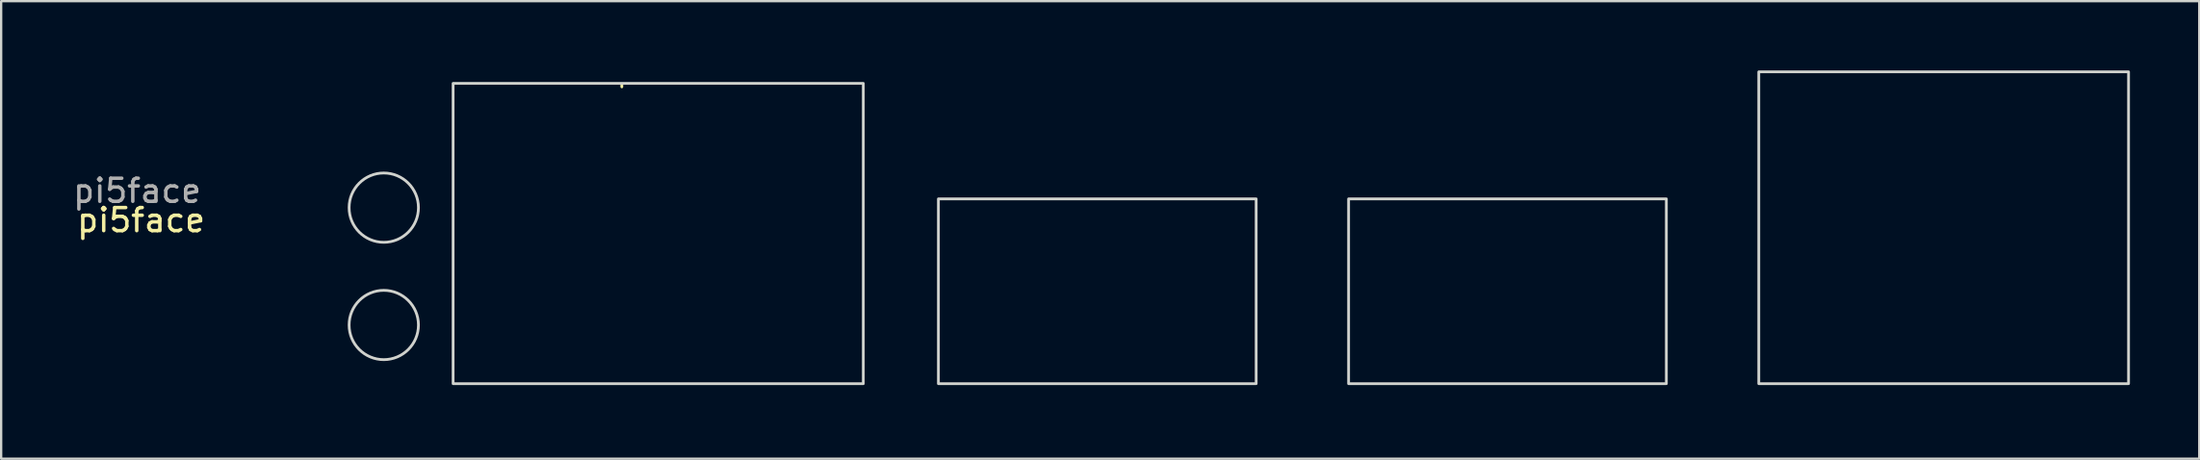
<source format=kicad_pcb>
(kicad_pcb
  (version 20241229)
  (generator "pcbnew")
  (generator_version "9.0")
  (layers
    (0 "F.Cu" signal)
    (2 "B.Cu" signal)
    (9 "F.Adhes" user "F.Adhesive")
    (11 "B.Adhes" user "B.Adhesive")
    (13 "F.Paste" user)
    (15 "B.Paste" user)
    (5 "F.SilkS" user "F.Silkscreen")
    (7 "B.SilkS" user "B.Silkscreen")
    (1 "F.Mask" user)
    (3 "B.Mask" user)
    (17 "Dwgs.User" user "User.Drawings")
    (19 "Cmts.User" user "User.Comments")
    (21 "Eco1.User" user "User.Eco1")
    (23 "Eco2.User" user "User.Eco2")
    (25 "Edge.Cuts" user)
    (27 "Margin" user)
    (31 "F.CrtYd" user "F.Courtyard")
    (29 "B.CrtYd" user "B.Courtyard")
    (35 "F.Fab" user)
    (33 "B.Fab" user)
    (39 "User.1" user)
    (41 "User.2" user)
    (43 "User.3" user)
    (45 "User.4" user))
  (footprint "pi5face"
    (layer "F.Cu")
    (at 9.807 13.56)
    (property "Reference" "pi5face" (at -6.75 -7.08 0) (unlocked yes) (layer "F.SilkS") (effects (font (size 1 1) (thickness 0.15))))
    (fp_rect (start 14.05 -12.85) (end 14.05 -12.96) (stroke (width 0.12) (type solid)) (fill no) (layer "F.SilkS"))
    (fp_rect (start 6.75 -13) (end 24.5 0) (stroke (width 0.12) (type solid)) (fill no) (layer "Edge.Cuts"))
    (fp_rect (start 27.75 0) (end 41.5 -8) (stroke (width 0.12) (type solid)) (fill no) (layer "Edge.Cuts"))
    (fp_rect (start 45.5 0) (end 59.25 -8) (stroke (width 0.12) (type solid)) (fill no) (layer "Edge.Cuts"))
    (fp_rect (start 63.25 0) (end 79.25 -13.5) (stroke (width 0.12) (type solid)) (fill no) (layer "Edge.Cuts"))
    (fp_circle (center 3.75 -7.62) (end 5.25 -7.62) (stroke (width 0.12) (type solid)) (fill no) (layer "Edge.Cuts"))
    (fp_circle (center 3.75 -2.54) (end 5.25 -2.54) (stroke (width 0.12) (type solid)) (fill no) (layer "Edge.Cuts"))
    (fp_text user "${REFERENCE}" (at -6.92 -8.35 0) (unlocked yes) (layer "F.Fab") (effects (font (size 1 1) (thickness 0.15)))))
  (gr_rect
    (start -3 -3)
    (end 92.117 16.81)
    (stroke (width 0.1) (type default))
    (fill no)
    (layer "Edge.Cuts")))
</source>
